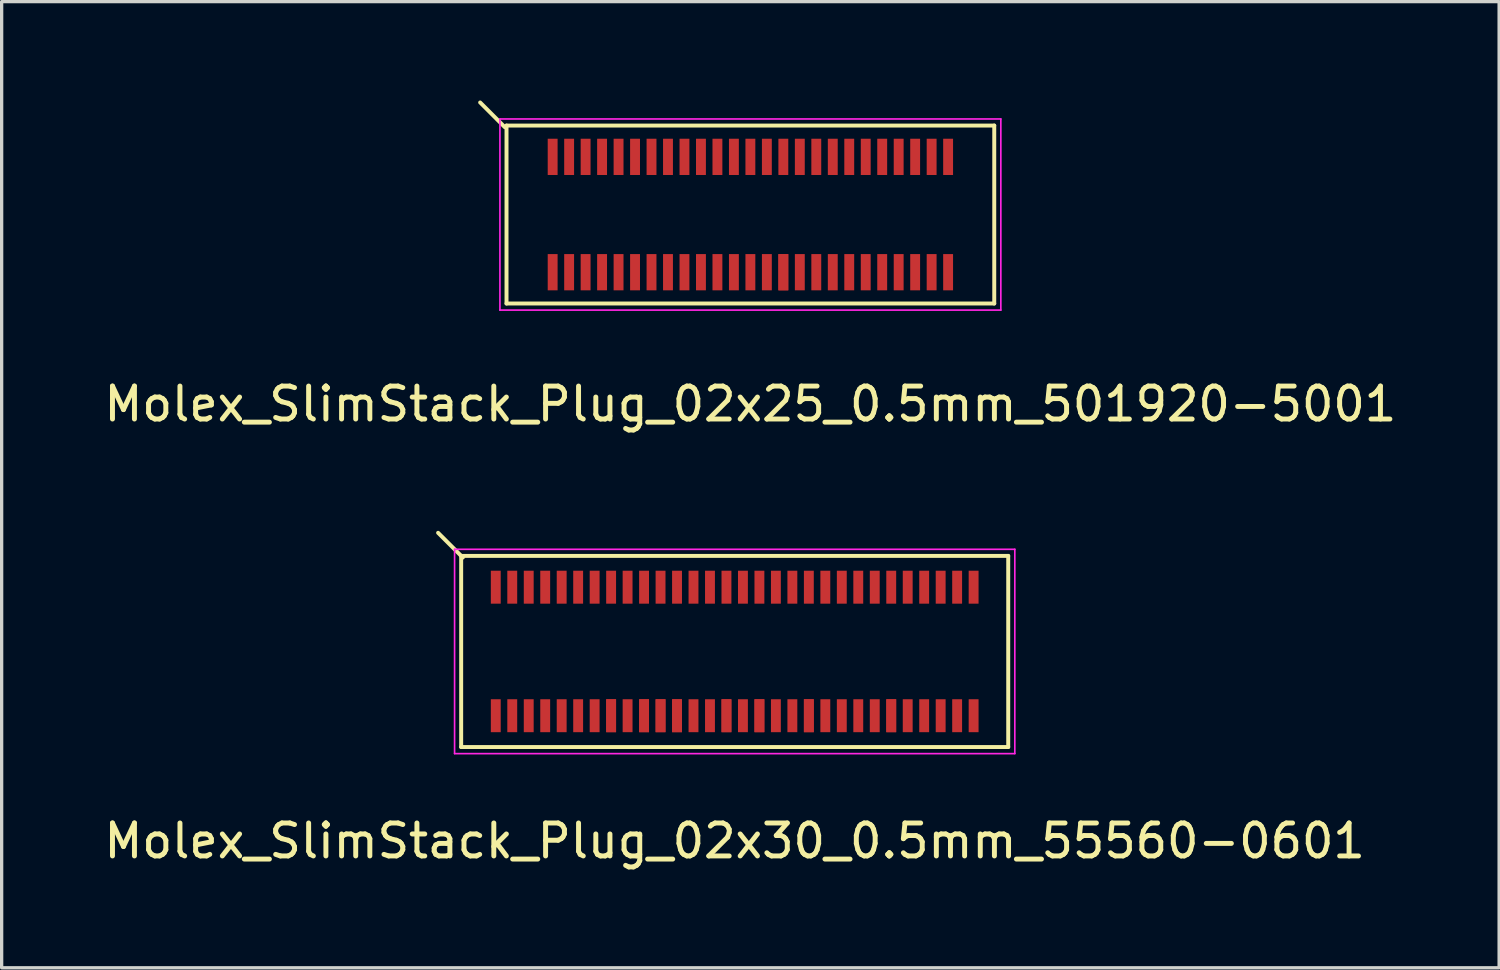
<source format=kicad_pcb>
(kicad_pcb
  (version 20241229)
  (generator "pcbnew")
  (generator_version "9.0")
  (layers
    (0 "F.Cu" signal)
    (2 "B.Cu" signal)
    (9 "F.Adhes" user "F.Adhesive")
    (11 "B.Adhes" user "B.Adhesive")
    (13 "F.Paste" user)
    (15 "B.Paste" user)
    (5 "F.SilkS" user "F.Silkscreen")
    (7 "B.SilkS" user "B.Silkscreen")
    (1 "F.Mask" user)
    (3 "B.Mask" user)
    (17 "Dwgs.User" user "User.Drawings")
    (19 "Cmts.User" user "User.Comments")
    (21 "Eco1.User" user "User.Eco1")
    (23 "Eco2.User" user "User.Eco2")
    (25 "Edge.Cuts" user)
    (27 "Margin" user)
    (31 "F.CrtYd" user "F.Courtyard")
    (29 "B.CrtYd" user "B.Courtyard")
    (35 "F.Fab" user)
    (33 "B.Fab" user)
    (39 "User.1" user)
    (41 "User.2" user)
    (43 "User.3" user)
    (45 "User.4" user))
  (footprint "Molex_SlimStack_Plug_02x30_0.5mm_55560-0601"
    (layer "F.Cu")
    (at 19.244 16.718)
    (property "Reference" "Molex_SlimStack_Plug_02x30_0.5mm_55560-0601" (at 0 5.75 0) (layer "F.SilkS") (effects (font (size 1 1) (thickness 0.15))))
    (attr smd)
    (fp_line (start -8.3 -2.9) (end -8.3 2.9) (stroke (width 0.12) (type solid)) (layer "F.SilkS"))
    (fp_line (start -8.3 2.9) (end 8.3 2.9) (stroke (width 0.12) (type solid)) (layer "F.SilkS"))
    (fp_line (start -8.25 -2.85) (end -9 -3.6) (stroke (width 0.12) (type solid)) (layer "F.SilkS"))
    (fp_line (start 8.3 -2.9) (end -8.3 -2.9) (stroke (width 0.12) (type solid)) (layer "F.SilkS"))
    (fp_line (start 8.3 2.9) (end 8.3 -2.9) (stroke (width 0.12) (type solid)) (layer "F.SilkS"))
    (fp_line (start -8.5 -3.1) (end -8.5 3.1) (stroke (width 0.05) (type solid)) (layer "F.CrtYd"))
    (fp_line (start -8.5 3.1) (end 8.5 3.1) (stroke (width 0.05) (type solid)) (layer "F.CrtYd"))
    (fp_line (start 8.5 -3.1) (end -8.5 -3.1) (stroke (width 0.05) (type solid)) (layer "F.CrtYd"))
    (fp_line (start 8.5 3.1) (end 8.5 -3.1) (stroke (width 0.05) (type solid)) (layer "F.CrtYd"))
    (pad "1" smd rect (at -7.25 -1.95) (size 0.3 1) (layers "F.Cu" "F.Mask" "F.Paste"))
    (pad "2" smd rect (at -7.25 1.95) (size 0.3 1) (layers "F.Cu" "F.Mask" "F.Paste"))
    (pad "3" smd rect (at -6.75 -1.95) (size 0.3 1) (layers "F.Cu" "F.Mask" "F.Paste"))
    (pad "4" smd rect (at -6.75 1.95) (size 0.3 1) (layers "F.Cu" "F.Mask" "F.Paste"))
    (pad "5" smd rect (at -6.25 -1.95) (size 0.3 1) (layers "F.Cu" "F.Mask" "F.Paste"))
    (pad "6" smd rect (at -6.25 1.95) (size 0.3 1) (layers "F.Cu" "F.Mask" "F.Paste"))
    (pad "7" smd rect (at -5.75 -1.95) (size 0.3 1) (layers "F.Cu" "F.Mask" "F.Paste"))
    (pad "8" smd rect (at -5.75 1.95) (size 0.3 1) (layers "F.Cu" "F.Mask" "F.Paste"))
    (pad "9" smd rect (at -5.25 -1.95) (size 0.3 1) (layers "F.Cu" "F.Mask" "F.Paste"))
    (pad "10" smd rect (at -5.25 1.95) (size 0.3 1) (layers "F.Cu" "F.Mask" "F.Paste"))
    (pad "11" smd rect (at -4.75 -1.95) (size 0.3 1) (layers "F.Cu" "F.Mask" "F.Paste"))
    (pad "12" smd rect (at -4.75 1.95) (size 0.3 1) (layers "F.Cu" "F.Mask" "F.Paste"))
    (pad "13" smd rect (at -4.25 -1.95) (size 0.3 1) (layers "F.Cu" "F.Mask" "F.Paste"))
    (pad "14" smd rect (at -4.25 1.95) (size 0.3 1) (layers "F.Cu" "F.Mask" "F.Paste"))
    (pad "15" smd rect (at -3.75 -1.95) (size 0.3 1) (layers "F.Cu" "F.Mask" "F.Paste"))
    (pad "16" smd rect (at -3.75 1.95) (size 0.3 1) (layers "F.Cu" "F.Mask" "F.Paste"))
    (pad "16" smd rect (at -3.75 1.95) (size 0.3 1) (layers "F.Cu" "F.Mask" "F.Paste"))
    (pad "17" smd rect (at -3.25 -1.95) (size 0.3 1) (layers "F.Cu" "F.Mask" "F.Paste"))
    (pad "18" smd rect (at -3.25 1.95) (size 0.3 1) (layers "F.Cu" "F.Mask" "F.Paste"))
    (pad "19" smd rect (at -2.75 -1.95) (size 0.3 1) (layers "F.Cu" "F.Mask" "F.Paste"))
    (pad "20" smd rect (at -2.75 1.95) (size 0.3 1) (layers "F.Cu" "F.Mask" "F.Paste"))
    (pad "20" smd rect (at -2.75 1.95) (size 0.3 1) (layers "F.Cu" "F.Mask" "F.Paste"))
    (pad "21" smd rect (at -2.25 -1.95) (size 0.3 1) (layers "F.Cu" "F.Mask" "F.Paste"))
    (pad "22" smd rect (at -2.25 1.95) (size 0.3 1) (layers "F.Cu" "F.Mask" "F.Paste"))
    (pad "22" smd rect (at -2.25 1.95) (size 0.3 1) (layers "F.Cu" "F.Mask" "F.Paste"))
    (pad "23" smd rect (at -1.75 -1.95) (size 0.3 1) (layers "F.Cu" "F.Mask" "F.Paste"))
    (pad "24" smd rect (at -1.75 1.95) (size 0.3 1) (layers "F.Cu" "F.Mask" "F.Paste"))
    (pad "24" smd rect (at -1.75 1.95) (size 0.3 1) (layers "F.Cu" "F.Mask" "F.Paste"))
    (pad "25" smd rect (at -1.25 -1.95) (size 0.3 1) (layers "F.Cu" "F.Mask" "F.Paste"))
    (pad "26" smd rect (at -1.25 1.95) (size 0.3 1) (layers "F.Cu" "F.Mask" "F.Paste"))
    (pad "27" smd rect (at -0.75 -1.95) (size 0.3 1) (layers "F.Cu" "F.Mask" "F.Paste"))
    (pad "28" smd rect (at -0.75 1.95) (size 0.3 1) (layers "F.Cu" "F.Mask" "F.Paste"))
    (pad "29" smd rect (at -0.25 -1.95) (size 0.3 1) (layers "F.Cu" "F.Mask" "F.Paste"))
    (pad "30" smd rect (at -0.25 1.95) (size 0.3 1) (layers "F.Cu" "F.Mask" "F.Paste"))
    (pad "30" smd rect (at -0.25 1.95) (size 0.3 1) (layers "F.Cu" "F.Mask" "F.Paste"))
    (pad "31" smd rect (at 0.25 -1.95) (size 0.3 1) (layers "F.Cu" "F.Mask" "F.Paste"))
    (pad "32" smd rect (at 0.25 1.95) (size 0.3 1) (layers "F.Cu" "F.Mask" "F.Paste"))
    (pad "33" smd rect (at 0.75 -1.95) (size 0.3 1) (layers "F.Cu" "F.Mask" "F.Paste"))
    (pad "34" smd rect (at 0.75 1.95) (size 0.3 1) (layers "F.Cu" "F.Mask" "F.Paste"))
    (pad "34" smd rect (at 0.75 1.95) (size 0.3 1) (layers "F.Cu" "F.Mask" "F.Paste"))
    (pad "35" smd rect (at 1.25 -1.95) (size 0.3 1) (layers "F.Cu" "F.Mask" "F.Paste"))
    (pad "36" smd rect (at 1.25 1.95) (size 0.3 1) (layers "F.Cu" "F.Mask" "F.Paste"))
    (pad "37" smd rect (at 1.75 -1.95) (size 0.3 1) (layers "F.Cu" "F.Mask" "F.Paste"))
    (pad "38" smd rect (at 1.75 1.95) (size 0.3 1) (layers "F.Cu" "F.Mask" "F.Paste"))
    (pad "39" smd rect (at 2.25 -1.95) (size 0.3 1) (layers "F.Cu" "F.Mask" "F.Paste"))
    (pad "40" smd rect (at 2.25 1.95) (size 0.3 1) (layers "F.Cu" "F.Mask" "F.Paste"))
    (pad "40" smd rect (at 2.25 1.95) (size 0.3 1) (layers "F.Cu" "F.Mask" "F.Paste"))
    (pad "41" smd rect (at 2.75 -1.95) (size 0.3 1) (layers "F.Cu" "F.Mask" "F.Paste"))
    (pad "42" smd rect (at 2.75 1.95) (size 0.3 1) (layers "F.Cu" "F.Mask" "F.Paste"))
    (pad "43" smd rect (at 3.25 -1.95) (size 0.3 1) (layers "F.Cu" "F.Mask" "F.Paste"))
    (pad "44" smd rect (at 3.25 1.95) (size 0.3 1) (layers "F.Cu" "F.Mask" "F.Paste"))
    (pad "45" smd rect (at 3.75 -1.95) (size 0.3 1) (layers "F.Cu" "F.Mask" "F.Paste"))
    (pad "46" smd rect (at 3.75 1.95) (size 0.3 1) (layers "F.Cu" "F.Mask" "F.Paste"))
    (pad "47" smd rect (at 4.25 -1.95) (size 0.3 1) (layers "F.Cu" "F.Mask" "F.Paste"))
    (pad "48" smd rect (at 4.25 1.95) (size 0.3 1) (layers "F.Cu" "F.Mask" "F.Paste"))
    (pad "49" smd rect (at 4.75 -1.95) (size 0.3 1) (layers "F.Cu" "F.Mask" "F.Paste"))
    (pad "50" smd rect (at 4.75 1.95) (size 0.3 1) (layers "F.Cu" "F.Mask" "F.Paste"))
    (pad "50" smd rect (at 4.75 1.95) (size 0.3 1) (layers "F.Cu" "F.Mask" "F.Paste"))
    (pad "51" smd rect (at 5.25 -1.95) (size 0.3 1) (layers "F.Cu" "F.Mask" "F.Paste"))
    (pad "52" smd rect (at 5.25 1.95) (size 0.3 1) (layers "F.Cu" "F.Mask" "F.Paste"))
    (pad "53" smd rect (at 5.75 -1.95) (size 0.3 1) (layers "F.Cu" "F.Mask" "F.Paste"))
    (pad "54" smd rect (at 5.75 1.95) (size 0.3 1) (layers "F.Cu" "F.Mask" "F.Paste"))
    (pad "55" smd rect (at 6.25 -1.95) (size 0.3 1) (layers "F.Cu" "F.Mask" "F.Paste"))
    (pad "56" smd rect (at 6.25 1.95) (size 0.3 1) (layers "F.Cu" "F.Mask" "F.Paste"))
    (pad "57" smd rect (at 6.75 -1.95) (size 0.3 1) (layers "F.Cu" "F.Mask" "F.Paste"))
    (pad "58" smd rect (at 6.75 1.95) (size 0.3 1) (layers "F.Cu" "F.Mask" "F.Paste"))
    (pad "59" smd rect (at 7.25 -1.95) (size 0.3 1) (layers "F.Cu" "F.Mask" "F.Paste"))
    (pad "60" smd rect (at 7.25 1.95) (size 0.3 1) (layers "F.Cu" "F.Mask" "F.Paste")))
  (footprint "Molex_SlimStack_Plug_02x25_0.5mm_501920-5001"
    (layer "F.Cu")
    (at 19.72 3.46)
    (property "Reference" "Molex_SlimStack_Plug_02x25_0.5mm_501920-5001" (at 0 5.75 0) (layer "F.SilkS") (effects (font (size 1 1) (thickness 0.15))))
    (attr smd)
    (fp_line (start -7.45 -2.65) (end -8.2 -3.4) (stroke (width 0.12) (type solid)) (layer "F.SilkS"))
    (fp_line (start -7.4 -2.7) (end -7.4 2.7) (stroke (width 0.12) (type solid)) (layer "F.SilkS"))
    (fp_line (start -7.4 2.7) (end 7.4 2.7) (stroke (width 0.12) (type solid)) (layer "F.SilkS"))
    (fp_line (start 7.4 -2.7) (end -7.4 -2.7) (stroke (width 0.12) (type solid)) (layer "F.SilkS"))
    (fp_line (start 7.4 2.7) (end 7.4 -2.7) (stroke (width 0.12) (type solid)) (layer "F.SilkS"))
    (fp_line (start -7.6 -2.9) (end -7.6 2.9) (stroke (width 0.05) (type solid)) (layer "F.CrtYd"))
    (fp_line (start -7.6 2.9) (end 7.6 2.9) (stroke (width 0.05) (type solid)) (layer "F.CrtYd"))
    (fp_line (start 7.6 -2.9) (end -7.6 -2.9) (stroke (width 0.05) (type solid)) (layer "F.CrtYd"))
    (fp_line (start 7.6 2.9) (end 7.6 -2.9) (stroke (width 0.05) (type solid)) (layer "F.CrtYd"))
    (pad "1" smd rect (at -6 -1.75) (size 0.3 1.1) (layers "F.Cu" "F.Mask" "F.Paste"))
    (pad "2" smd rect (at -6 1.75) (size 0.3 1.1) (layers "F.Cu" "F.Mask" "F.Paste"))
    (pad "3" smd rect (at -5.5 -1.75) (size 0.3 1.1) (layers "F.Cu" "F.Mask" "F.Paste"))
    (pad "4" smd rect (at -5.5 1.75) (size 0.3 1.1) (layers "F.Cu" "F.Mask" "F.Paste"))
    (pad "5" smd rect (at -5 -1.75) (size 0.3 1.1) (layers "F.Cu" "F.Mask" "F.Paste"))
    (pad "6" smd rect (at -5 1.75) (size 0.3 1.1) (layers "F.Cu" "F.Mask" "F.Paste"))
    (pad "7" smd rect (at -4.5 -1.75) (size 0.3 1.1) (layers "F.Cu" "F.Mask" "F.Paste"))
    (pad "8" smd rect (at -4.5 1.75) (size 0.3 1.1) (layers "F.Cu" "F.Mask" "F.Paste"))
    (pad "9" smd rect (at -4 -1.75) (size 0.3 1.1) (layers "F.Cu" "F.Mask" "F.Paste"))
    (pad "10" smd rect (at -4 1.75) (size 0.3 1.1) (layers "F.Cu" "F.Mask" "F.Paste"))
    (pad "11" smd rect (at -3.5 -1.75) (size 0.3 1.1) (layers "F.Cu" "F.Mask" "F.Paste"))
    (pad "12" smd rect (at -3.5 1.75) (size 0.3 1.1) (layers "F.Cu" "F.Mask" "F.Paste"))
    (pad "13" smd rect (at -3 -1.75) (size 0.3 1.1) (layers "F.Cu" "F.Mask" "F.Paste"))
    (pad "14" smd rect (at -3 1.75) (size 0.3 1.1) (layers "F.Cu" "F.Mask" "F.Paste"))
    (pad "15" smd rect (at -2.5 -1.75) (size 0.3 1.1) (layers "F.Cu" "F.Mask" "F.Paste"))
    (pad "16" smd rect (at -2.5 1.75) (size 0.3 1.1) (layers "F.Cu" "F.Mask" "F.Paste"))
    (pad "17" smd rect (at -2 -1.75) (size 0.3 1.1) (layers "F.Cu" "F.Mask" "F.Paste"))
    (pad "18" smd rect (at -2 1.75) (size 0.3 1.1) (layers "F.Cu" "F.Mask" "F.Paste"))
    (pad "19" smd rect (at -1.5 -1.75) (size 0.3 1.1) (layers "F.Cu" "F.Mask" "F.Paste"))
    (pad "20" smd rect (at -1.5 1.75) (size 0.3 1.1) (layers "F.Cu" "F.Mask" "F.Paste"))
    (pad "21" smd rect (at -1 -1.75) (size 0.3 1.1) (layers "F.Cu" "F.Mask" "F.Paste"))
    (pad "22" smd rect (at -1 1.75) (size 0.3 1.1) (layers "F.Cu" "F.Mask" "F.Paste"))
    (pad "23" smd rect (at -0.5 -1.75) (size 0.3 1.1) (layers "F.Cu" "F.Mask" "F.Paste"))
    (pad "24" smd rect (at -0.5 1.75) (size 0.3 1.1) (layers "F.Cu" "F.Mask" "F.Paste"))
    (pad "25" smd rect (at 0 -1.75) (size 0.3 1.1) (layers "F.Cu" "F.Mask" "F.Paste"))
    (pad "26" smd rect (at 0 1.75) (size 0.3 1.1) (layers "F.Cu" "F.Mask" "F.Paste"))
    (pad "27" smd rect (at 0.5 -1.75) (size 0.3 1.1) (layers "F.Cu" "F.Mask" "F.Paste"))
    (pad "28" smd rect (at 0.5 1.75) (size 0.3 1.1) (layers "F.Cu" "F.Mask" "F.Paste"))
    (pad "29" smd rect (at 1 -1.75) (size 0.3 1.1) (layers "F.Cu" "F.Mask" "F.Paste"))
    (pad "30" smd rect (at 1 1.75) (size 0.3 1.1) (layers "F.Cu" "F.Mask" "F.Paste"))
    (pad "30" smd rect (at 1 1.75) (size 0.3 1.1) (layers "F.Cu" "F.Mask" "F.Paste"))
    (pad "31" smd rect (at 1.5 -1.75) (size 0.3 1.1) (layers "F.Cu" "F.Mask" "F.Paste"))
    (pad "32" smd rect (at 1.5 1.75) (size 0.3 1.1) (layers "F.Cu" "F.Mask" "F.Paste"))
    (pad "33" smd rect (at 2 -1.75) (size 0.3 1.1) (layers "F.Cu" "F.Mask" "F.Paste"))
    (pad "34" smd rect (at 2 1.75) (size 0.3 1.1) (layers "F.Cu" "F.Mask" "F.Paste"))
    (pad "35" smd rect (at 2.5 -1.75) (size 0.3 1.1) (layers "F.Cu" "F.Mask" "F.Paste"))
    (pad "36" smd rect (at 2.5 1.75) (size 0.3 1.1) (layers "F.Cu" "F.Mask" "F.Paste"))
    (pad "37" smd rect (at 3 -1.75) (size 0.3 1.1) (layers "F.Cu" "F.Mask" "F.Paste"))
    (pad "38" smd rect (at 3 1.75) (size 0.3 1.1) (layers "F.Cu" "F.Mask" "F.Paste"))
    (pad "39" smd rect (at 3.5 -1.75) (size 0.3 1.1) (layers "F.Cu" "F.Mask" "F.Paste"))
    (pad "40" smd rect (at 3.5 1.75) (size 0.3 1.1) (layers "F.Cu" "F.Mask" "F.Paste"))
    (pad "41" smd rect (at 4 -1.75) (size 0.3 1.1) (layers "F.Cu" "F.Mask" "F.Paste"))
    (pad "42" smd rect (at 4 1.75) (size 0.3 1.1) (layers "F.Cu" "F.Mask" "F.Paste"))
    (pad "43" smd rect (at 4.5 -1.75) (size 0.3 1.1) (layers "F.Cu" "F.Mask" "F.Paste"))
    (pad "44" smd rect (at 4.5 1.75) (size 0.3 1.1) (layers "F.Cu" "F.Mask" "F.Paste"))
    (pad "45" smd rect (at 5 -1.75) (size 0.3 1.1) (layers "F.Cu" "F.Mask" "F.Paste"))
    (pad "46" smd rect (at 5 1.75) (size 0.3 1.1) (layers "F.Cu" "F.Mask" "F.Paste"))
    (pad "47" smd rect (at 5.5 -1.75) (size 0.3 1.1) (layers "F.Cu" "F.Mask" "F.Paste"))
    (pad "48" smd rect (at 5.5 1.75) (size 0.3 1.1) (layers "F.Cu" "F.Mask" "F.Paste"))
    (pad "49" smd rect (at 6 -1.75) (size 0.3 1.1) (layers "F.Cu" "F.Mask" "F.Paste"))
    (pad "50" smd rect (at 6 1.75) (size 0.3 1.1) (layers "F.Cu" "F.Mask" "F.Paste")))
  (gr_rect
    (start -3 -3)
    (end 42.44 26.317)
    (stroke (width 0.1) (type default))
    (fill no)
    (layer "Edge.Cuts")))
</source>
